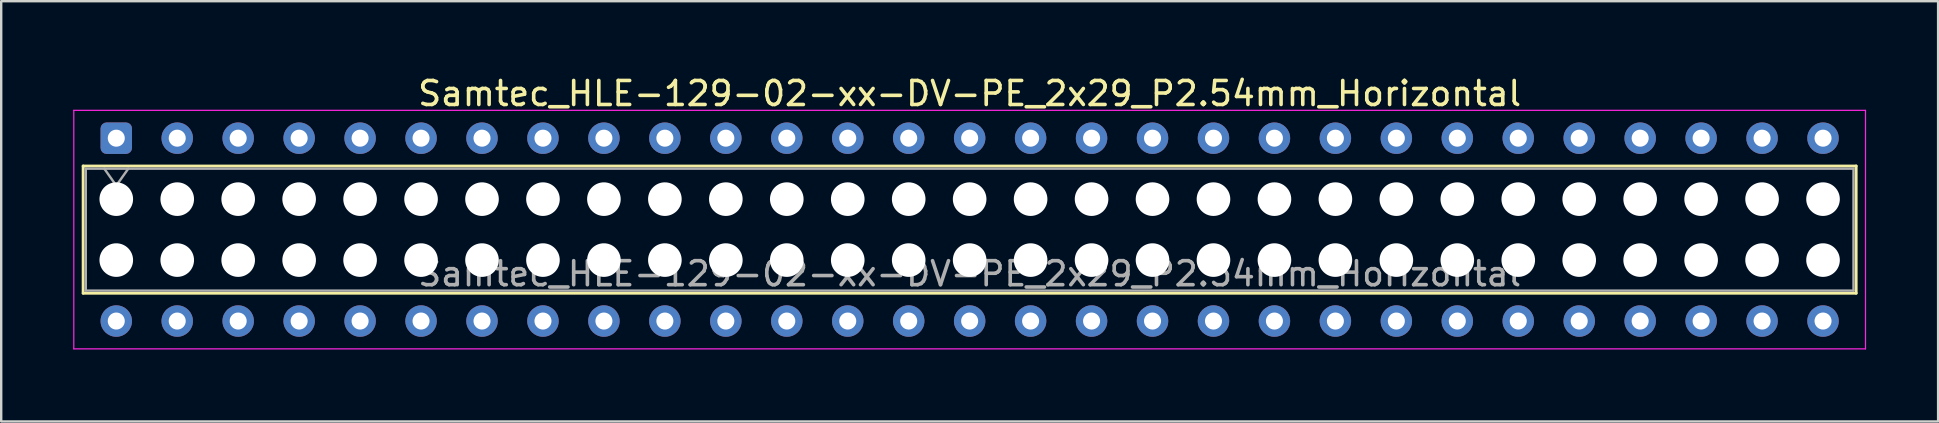
<source format=kicad_pcb>
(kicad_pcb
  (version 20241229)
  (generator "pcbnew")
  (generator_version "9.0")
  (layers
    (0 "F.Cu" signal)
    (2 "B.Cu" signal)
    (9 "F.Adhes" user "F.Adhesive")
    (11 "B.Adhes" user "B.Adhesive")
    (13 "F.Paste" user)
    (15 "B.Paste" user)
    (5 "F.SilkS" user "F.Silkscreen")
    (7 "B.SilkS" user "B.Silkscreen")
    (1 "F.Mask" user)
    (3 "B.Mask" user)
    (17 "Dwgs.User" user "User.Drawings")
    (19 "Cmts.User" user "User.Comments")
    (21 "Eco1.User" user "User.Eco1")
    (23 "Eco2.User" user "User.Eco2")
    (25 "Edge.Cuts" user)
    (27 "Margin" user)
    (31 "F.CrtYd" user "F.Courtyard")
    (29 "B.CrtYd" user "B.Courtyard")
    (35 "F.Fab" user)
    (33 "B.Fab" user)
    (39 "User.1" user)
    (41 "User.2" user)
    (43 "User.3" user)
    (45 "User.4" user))
  (footprint "Samtec_HLE-129-02-xx-DV-PE_2x29_P2.54mm_Horizontal"
    (layer "F.Cu")
    (at 1.795 2.708)
    (property "Reference" "Samtec_HLE-129-02-xx-DV-PE_2x29_P2.54mm_Horizontal" (at 35.56 -1.86 0) (layer "F.SilkS") (effects (font (size 1 1) (thickness 0.15))))
    (attr through_hole)
    (fp_line (start -1.38 1.16) (end 72.5 1.16) (stroke (width 0.12) (type solid)) (layer "F.SilkS"))
    (fp_line (start -1.38 6.46) (end -1.38 1.16) (stroke (width 0.12) (type solid)) (layer "F.SilkS"))
    (fp_line (start 72.5 1.16) (end 72.5 6.46) (stroke (width 0.12) (type solid)) (layer "F.SilkS"))
    (fp_line (start 72.5 6.46) (end -1.38 6.46) (stroke (width 0.12) (type solid)) (layer "F.SilkS"))
    (fp_line (start -1.77 -1.16) (end 72.89 -1.16) (stroke (width 0.05) (type solid)) (layer "F.CrtYd"))
    (fp_line (start -1.77 8.78) (end -1.77 -1.16) (stroke (width 0.05) (type solid)) (layer "F.CrtYd"))
    (fp_line (start 72.89 -1.16) (end 72.89 8.78) (stroke (width 0.05) (type solid)) (layer "F.CrtYd"))
    (fp_line (start 72.89 8.78) (end -1.77 8.78) (stroke (width 0.05) (type solid)) (layer "F.CrtYd"))
    (fp_line (start -1.27 1.27) (end 72.39 1.27) (stroke (width 0.1) (type solid)) (layer "F.Fab"))
    (fp_line (start -1.27 6.35) (end -1.27 1.27) (stroke (width 0.1) (type solid)) (layer "F.Fab"))
    (fp_line (start -0.5 1.27) (end 0 1.977) (stroke (width 0.1) (type solid)) (layer "F.Fab"))
    (fp_line (start 0 1.977) (end 0.5 1.27) (stroke (width 0.1) (type solid)) (layer "F.Fab"))
    (fp_line (start 72.39 1.27) (end 72.39 6.35) (stroke (width 0.1) (type solid)) (layer "F.Fab"))
    (fp_line (start 72.39 6.35) (end -1.27 6.35) (stroke (width 0.1) (type solid)) (layer "F.Fab"))
    (fp_text user "${REFERENCE}" (at 35.56 5.65 0) (layer "F.Fab") (effects (font (size 1 1) (thickness 0.15))))
    (pad "" np_thru_hole circle (at 0 2.54) (size 1.4 1.4) (drill 1.4) (layers "*.Cu" "*.Mask"))
    (pad "" np_thru_hole circle (at 0 5.08) (size 1.4 1.4) (drill 1.4) (layers "*.Cu" "*.Mask"))
    (pad "" np_thru_hole circle (at 2.54 2.54) (size 1.4 1.4) (drill 1.4) (layers "*.Cu" "*.Mask"))
    (pad "" np_thru_hole circle (at 2.54 5.08) (size 1.4 1.4) (drill 1.4) (layers "*.Cu" "*.Mask"))
    (pad "" np_thru_hole circle (at 5.08 2.54) (size 1.4 1.4) (drill 1.4) (layers "*.Cu" "*.Mask"))
    (pad "" np_thru_hole circle (at 5.08 5.08) (size 1.4 1.4) (drill 1.4) (layers "*.Cu" "*.Mask"))
    (pad "" np_thru_hole circle (at 7.62 2.54) (size 1.4 1.4) (drill 1.4) (layers "*.Cu" "*.Mask"))
    (pad "" np_thru_hole circle (at 7.62 5.08) (size 1.4 1.4) (drill 1.4) (layers "*.Cu" "*.Mask"))
    (pad "" np_thru_hole circle (at 10.16 2.54) (size 1.4 1.4) (drill 1.4) (layers "*.Cu" "*.Mask"))
    (pad "" np_thru_hole circle (at 10.16 5.08) (size 1.4 1.4) (drill 1.4) (layers "*.Cu" "*.Mask"))
    (pad "" np_thru_hole circle (at 12.7 2.54) (size 1.4 1.4) (drill 1.4) (layers "*.Cu" "*.Mask"))
    (pad "" np_thru_hole circle (at 12.7 5.08) (size 1.4 1.4) (drill 1.4) (layers "*.Cu" "*.Mask"))
    (pad "" np_thru_hole circle (at 15.24 2.54) (size 1.4 1.4) (drill 1.4) (layers "*.Cu" "*.Mask"))
    (pad "" np_thru_hole circle (at 15.24 5.08) (size 1.4 1.4) (drill 1.4) (layers "*.Cu" "*.Mask"))
    (pad "" np_thru_hole circle (at 17.78 2.54) (size 1.4 1.4) (drill 1.4) (layers "*.Cu" "*.Mask"))
    (pad "" np_thru_hole circle (at 17.78 5.08) (size 1.4 1.4) (drill 1.4) (layers "*.Cu" "*.Mask"))
    (pad "" np_thru_hole circle (at 20.32 2.54) (size 1.4 1.4) (drill 1.4) (layers "*.Cu" "*.Mask"))
    (pad "" np_thru_hole circle (at 20.32 5.08) (size 1.4 1.4) (drill 1.4) (layers "*.Cu" "*.Mask"))
    (pad "" np_thru_hole circle (at 22.86 2.54) (size 1.4 1.4) (drill 1.4) (layers "*.Cu" "*.Mask"))
    (pad "" np_thru_hole circle (at 22.86 5.08) (size 1.4 1.4) (drill 1.4) (layers "*.Cu" "*.Mask"))
    (pad "" np_thru_hole circle (at 25.4 2.54) (size 1.4 1.4) (drill 1.4) (layers "*.Cu" "*.Mask"))
    (pad "" np_thru_hole circle (at 25.4 5.08) (size 1.4 1.4) (drill 1.4) (layers "*.Cu" "*.Mask"))
    (pad "" np_thru_hole circle (at 27.94 2.54) (size 1.4 1.4) (drill 1.4) (layers "*.Cu" "*.Mask"))
    (pad "" np_thru_hole circle (at 27.94 5.08) (size 1.4 1.4) (drill 1.4) (layers "*.Cu" "*.Mask"))
    (pad "" np_thru_hole circle (at 30.48 2.54) (size 1.4 1.4) (drill 1.4) (layers "*.Cu" "*.Mask"))
    (pad "" np_thru_hole circle (at 30.48 5.08) (size 1.4 1.4) (drill 1.4) (layers "*.Cu" "*.Mask"))
    (pad "" np_thru_hole circle (at 33.02 2.54) (size 1.4 1.4) (drill 1.4) (layers "*.Cu" "*.Mask"))
    (pad "" np_thru_hole circle (at 33.02 5.08) (size 1.4 1.4) (drill 1.4) (layers "*.Cu" "*.Mask"))
    (pad "" np_thru_hole circle (at 35.56 2.54) (size 1.4 1.4) (drill 1.4) (layers "*.Cu" "*.Mask"))
    (pad "" np_thru_hole circle (at 35.56 5.08) (size 1.4 1.4) (drill 1.4) (layers "*.Cu" "*.Mask"))
    (pad "" np_thru_hole circle (at 38.1 2.54) (size 1.4 1.4) (drill 1.4) (layers "*.Cu" "*.Mask"))
    (pad "" np_thru_hole circle (at 38.1 5.08) (size 1.4 1.4) (drill 1.4) (layers "*.Cu" "*.Mask"))
    (pad "" np_thru_hole circle (at 40.64 2.54) (size 1.4 1.4) (drill 1.4) (layers "*.Cu" "*.Mask"))
    (pad "" np_thru_hole circle (at 40.64 5.08) (size 1.4 1.4) (drill 1.4) (layers "*.Cu" "*.Mask"))
    (pad "" np_thru_hole circle (at 43.18 2.54) (size 1.4 1.4) (drill 1.4) (layers "*.Cu" "*.Mask"))
    (pad "" np_thru_hole circle (at 43.18 5.08) (size 1.4 1.4) (drill 1.4) (layers "*.Cu" "*.Mask"))
    (pad "" np_thru_hole circle (at 45.72 2.54) (size 1.4 1.4) (drill 1.4) (layers "*.Cu" "*.Mask"))
    (pad "" np_thru_hole circle (at 45.72 5.08) (size 1.4 1.4) (drill 1.4) (layers "*.Cu" "*.Mask"))
    (pad "" np_thru_hole circle (at 48.26 2.54) (size 1.4 1.4) (drill 1.4) (layers "*.Cu" "*.Mask"))
    (pad "" np_thru_hole circle (at 48.26 5.08) (size 1.4 1.4) (drill 1.4) (layers "*.Cu" "*.Mask"))
    (pad "" np_thru_hole circle (at 50.8 2.54) (size 1.4 1.4) (drill 1.4) (layers "*.Cu" "*.Mask"))
    (pad "" np_thru_hole circle (at 50.8 5.08) (size 1.4 1.4) (drill 1.4) (layers "*.Cu" "*.Mask"))
    (pad "" np_thru_hole circle (at 53.34 2.54) (size 1.4 1.4) (drill 1.4) (layers "*.Cu" "*.Mask"))
    (pad "" np_thru_hole circle (at 53.34 5.08) (size 1.4 1.4) (drill 1.4) (layers "*.Cu" "*.Mask"))
    (pad "" np_thru_hole circle (at 55.88 2.54) (size 1.4 1.4) (drill 1.4) (layers "*.Cu" "*.Mask"))
    (pad "" np_thru_hole circle (at 55.88 5.08) (size 1.4 1.4) (drill 1.4) (layers "*.Cu" "*.Mask"))
    (pad "" np_thru_hole circle (at 58.42 2.54) (size 1.4 1.4) (drill 1.4) (layers "*.Cu" "*.Mask"))
    (pad "" np_thru_hole circle (at 58.42 5.08) (size 1.4 1.4) (drill 1.4) (layers "*.Cu" "*.Mask"))
    (pad "" np_thru_hole circle (at 60.96 2.54) (size 1.4 1.4) (drill 1.4) (layers "*.Cu" "*.Mask"))
    (pad "" np_thru_hole circle (at 60.96 5.08) (size 1.4 1.4) (drill 1.4) (layers "*.Cu" "*.Mask"))
    (pad "" np_thru_hole circle (at 63.5 2.54) (size 1.4 1.4) (drill 1.4) (layers "*.Cu" "*.Mask"))
    (pad "" np_thru_hole circle (at 63.5 5.08) (size 1.4 1.4) (drill 1.4) (layers "*.Cu" "*.Mask"))
    (pad "" np_thru_hole circle (at 66.04 2.54) (size 1.4 1.4) (drill 1.4) (layers "*.Cu" "*.Mask"))
    (pad "" np_thru_hole circle (at 66.04 5.08) (size 1.4 1.4) (drill 1.4) (layers "*.Cu" "*.Mask"))
    (pad "" np_thru_hole circle (at 68.58 2.54) (size 1.4 1.4) (drill 1.4) (layers "*.Cu" "*.Mask"))
    (pad "" np_thru_hole circle (at 68.58 5.08) (size 1.4 1.4) (drill 1.4) (layers "*.Cu" "*.Mask"))
    (pad "" np_thru_hole circle (at 71.12 2.54) (size 1.4 1.4) (drill 1.4) (layers "*.Cu" "*.Mask"))
    (pad "" np_thru_hole circle (at 71.12 5.08) (size 1.4 1.4) (drill 1.4) (layers "*.Cu" "*.Mask"))
    (pad "1" thru_hole roundrect (at 0 0) (size 1.31 1.31) (drill 0.71) (layers "*.Cu" "*.Mask") (roundrect_rratio 0.191))
    (pad "2" thru_hole circle (at 0 7.62) (size 1.31 1.31) (drill 0.71) (layers "*.Cu" "*.Mask"))
    (pad "3" thru_hole circle (at 2.54 0) (size 1.31 1.31) (drill 0.71) (layers "*.Cu" "*.Mask"))
    (pad "4" thru_hole circle (at 2.54 7.62) (size 1.31 1.31) (drill 0.71) (layers "*.Cu" "*.Mask"))
    (pad "5" thru_hole circle (at 5.08 0) (size 1.31 1.31) (drill 0.71) (layers "*.Cu" "*.Mask"))
    (pad "6" thru_hole circle (at 5.08 7.62) (size 1.31 1.31) (drill 0.71) (layers "*.Cu" "*.Mask"))
    (pad "7" thru_hole circle (at 7.62 0) (size 1.31 1.31) (drill 0.71) (layers "*.Cu" "*.Mask"))
    (pad "8" thru_hole circle (at 7.62 7.62) (size 1.31 1.31) (drill 0.71) (layers "*.Cu" "*.Mask"))
    (pad "9" thru_hole circle (at 10.16 0) (size 1.31 1.31) (drill 0.71) (layers "*.Cu" "*.Mask"))
    (pad "10" thru_hole circle (at 10.16 7.62) (size 1.31 1.31) (drill 0.71) (layers "*.Cu" "*.Mask"))
    (pad "11" thru_hole circle (at 12.7 0) (size 1.31 1.31) (drill 0.71) (layers "*.Cu" "*.Mask"))
    (pad "12" thru_hole circle (at 12.7 7.62) (size 1.31 1.31) (drill 0.71) (layers "*.Cu" "*.Mask"))
    (pad "13" thru_hole circle (at 15.24 0) (size 1.31 1.31) (drill 0.71) (layers "*.Cu" "*.Mask"))
    (pad "14" thru_hole circle (at 15.24 7.62) (size 1.31 1.31) (drill 0.71) (layers "*.Cu" "*.Mask"))
    (pad "15" thru_hole circle (at 17.78 0) (size 1.31 1.31) (drill 0.71) (layers "*.Cu" "*.Mask"))
    (pad "16" thru_hole circle (at 17.78 7.62) (size 1.31 1.31) (drill 0.71) (layers "*.Cu" "*.Mask"))
    (pad "17" thru_hole circle (at 20.32 0) (size 1.31 1.31) (drill 0.71) (layers "*.Cu" "*.Mask"))
    (pad "18" thru_hole circle (at 20.32 7.62) (size 1.31 1.31) (drill 0.71) (layers "*.Cu" "*.Mask"))
    (pad "19" thru_hole circle (at 22.86 0) (size 1.31 1.31) (drill 0.71) (layers "*.Cu" "*.Mask"))
    (pad "20" thru_hole circle (at 22.86 7.62) (size 1.31 1.31) (drill 0.71) (layers "*.Cu" "*.Mask"))
    (pad "21" thru_hole circle (at 25.4 0) (size 1.31 1.31) (drill 0.71) (layers "*.Cu" "*.Mask"))
    (pad "22" thru_hole circle (at 25.4 7.62) (size 1.31 1.31) (drill 0.71) (layers "*.Cu" "*.Mask"))
    (pad "23" thru_hole circle (at 27.94 0) (size 1.31 1.31) (drill 0.71) (layers "*.Cu" "*.Mask"))
    (pad "24" thru_hole circle (at 27.94 7.62) (size 1.31 1.31) (drill 0.71) (layers "*.Cu" "*.Mask"))
    (pad "25" thru_hole circle (at 30.48 0) (size 1.31 1.31) (drill 0.71) (layers "*.Cu" "*.Mask"))
    (pad "26" thru_hole circle (at 30.48 7.62) (size 1.31 1.31) (drill 0.71) (layers "*.Cu" "*.Mask"))
    (pad "27" thru_hole circle (at 33.02 0) (size 1.31 1.31) (drill 0.71) (layers "*.Cu" "*.Mask"))
    (pad "28" thru_hole circle (at 33.02 7.62) (size 1.31 1.31) (drill 0.71) (layers "*.Cu" "*.Mask"))
    (pad "29" thru_hole circle (at 35.56 0) (size 1.31 1.31) (drill 0.71) (layers "*.Cu" "*.Mask"))
    (pad "30" thru_hole circle (at 35.56 7.62) (size 1.31 1.31) (drill 0.71) (layers "*.Cu" "*.Mask"))
    (pad "31" thru_hole circle (at 38.1 0) (size 1.31 1.31) (drill 0.71) (layers "*.Cu" "*.Mask"))
    (pad "32" thru_hole circle (at 38.1 7.62) (size 1.31 1.31) (drill 0.71) (layers "*.Cu" "*.Mask"))
    (pad "33" thru_hole circle (at 40.64 0) (size 1.31 1.31) (drill 0.71) (layers "*.Cu" "*.Mask"))
    (pad "34" thru_hole circle (at 40.64 7.62) (size 1.31 1.31) (drill 0.71) (layers "*.Cu" "*.Mask"))
    (pad "35" thru_hole circle (at 43.18 0) (size 1.31 1.31) (drill 0.71) (layers "*.Cu" "*.Mask"))
    (pad "36" thru_hole circle (at 43.18 7.62) (size 1.31 1.31) (drill 0.71) (layers "*.Cu" "*.Mask"))
    (pad "37" thru_hole circle (at 45.72 0) (size 1.31 1.31) (drill 0.71) (layers "*.Cu" "*.Mask"))
    (pad "38" thru_hole circle (at 45.72 7.62) (size 1.31 1.31) (drill 0.71) (layers "*.Cu" "*.Mask"))
    (pad "39" thru_hole circle (at 48.26 0) (size 1.31 1.31) (drill 0.71) (layers "*.Cu" "*.Mask"))
    (pad "40" thru_hole circle (at 48.26 7.62) (size 1.31 1.31) (drill 0.71) (layers "*.Cu" "*.Mask"))
    (pad "41" thru_hole circle (at 50.8 0) (size 1.31 1.31) (drill 0.71) (layers "*.Cu" "*.Mask"))
    (pad "42" thru_hole circle (at 50.8 7.62) (size 1.31 1.31) (drill 0.71) (layers "*.Cu" "*.Mask"))
    (pad "43" thru_hole circle (at 53.34 0) (size 1.31 1.31) (drill 0.71) (layers "*.Cu" "*.Mask"))
    (pad "44" thru_hole circle (at 53.34 7.62) (size 1.31 1.31) (drill 0.71) (layers "*.Cu" "*.Mask"))
    (pad "45" thru_hole circle (at 55.88 0) (size 1.31 1.31) (drill 0.71) (layers "*.Cu" "*.Mask"))
    (pad "46" thru_hole circle (at 55.88 7.62) (size 1.31 1.31) (drill 0.71) (layers "*.Cu" "*.Mask"))
    (pad "47" thru_hole circle (at 58.42 0) (size 1.31 1.31) (drill 0.71) (layers "*.Cu" "*.Mask"))
    (pad "48" thru_hole circle (at 58.42 7.62) (size 1.31 1.31) (drill 0.71) (layers "*.Cu" "*.Mask"))
    (pad "49" thru_hole circle (at 60.96 0) (size 1.31 1.31) (drill 0.71) (layers "*.Cu" "*.Mask"))
    (pad "50" thru_hole circle (at 60.96 7.62) (size 1.31 1.31) (drill 0.71) (layers "*.Cu" "*.Mask"))
    (pad "51" thru_hole circle (at 63.5 0) (size 1.31 1.31) (drill 0.71) (layers "*.Cu" "*.Mask"))
    (pad "52" thru_hole circle (at 63.5 7.62) (size 1.31 1.31) (drill 0.71) (layers "*.Cu" "*.Mask"))
    (pad "53" thru_hole circle (at 66.04 0) (size 1.31 1.31) (drill 0.71) (layers "*.Cu" "*.Mask"))
    (pad "54" thru_hole circle (at 66.04 7.62) (size 1.31 1.31) (drill 0.71) (layers "*.Cu" "*.Mask"))
    (pad "55" thru_hole circle (at 68.58 0) (size 1.31 1.31) (drill 0.71) (layers "*.Cu" "*.Mask"))
    (pad "56" thru_hole circle (at 68.58 7.62) (size 1.31 1.31) (drill 0.71) (layers "*.Cu" "*.Mask"))
    (pad "57" thru_hole circle (at 71.12 0) (size 1.31 1.31) (drill 0.71) (layers "*.Cu" "*.Mask"))
    (pad "58" thru_hole circle (at 71.12 7.62) (size 1.31 1.31) (drill 0.71) (layers "*.Cu" "*.Mask")))
  (gr_rect
    (start -3 -3)
    (end 77.71 14.513)
    (stroke (width 0.1) (type default))
    (fill no)
    (layer "Edge.Cuts")))
</source>
